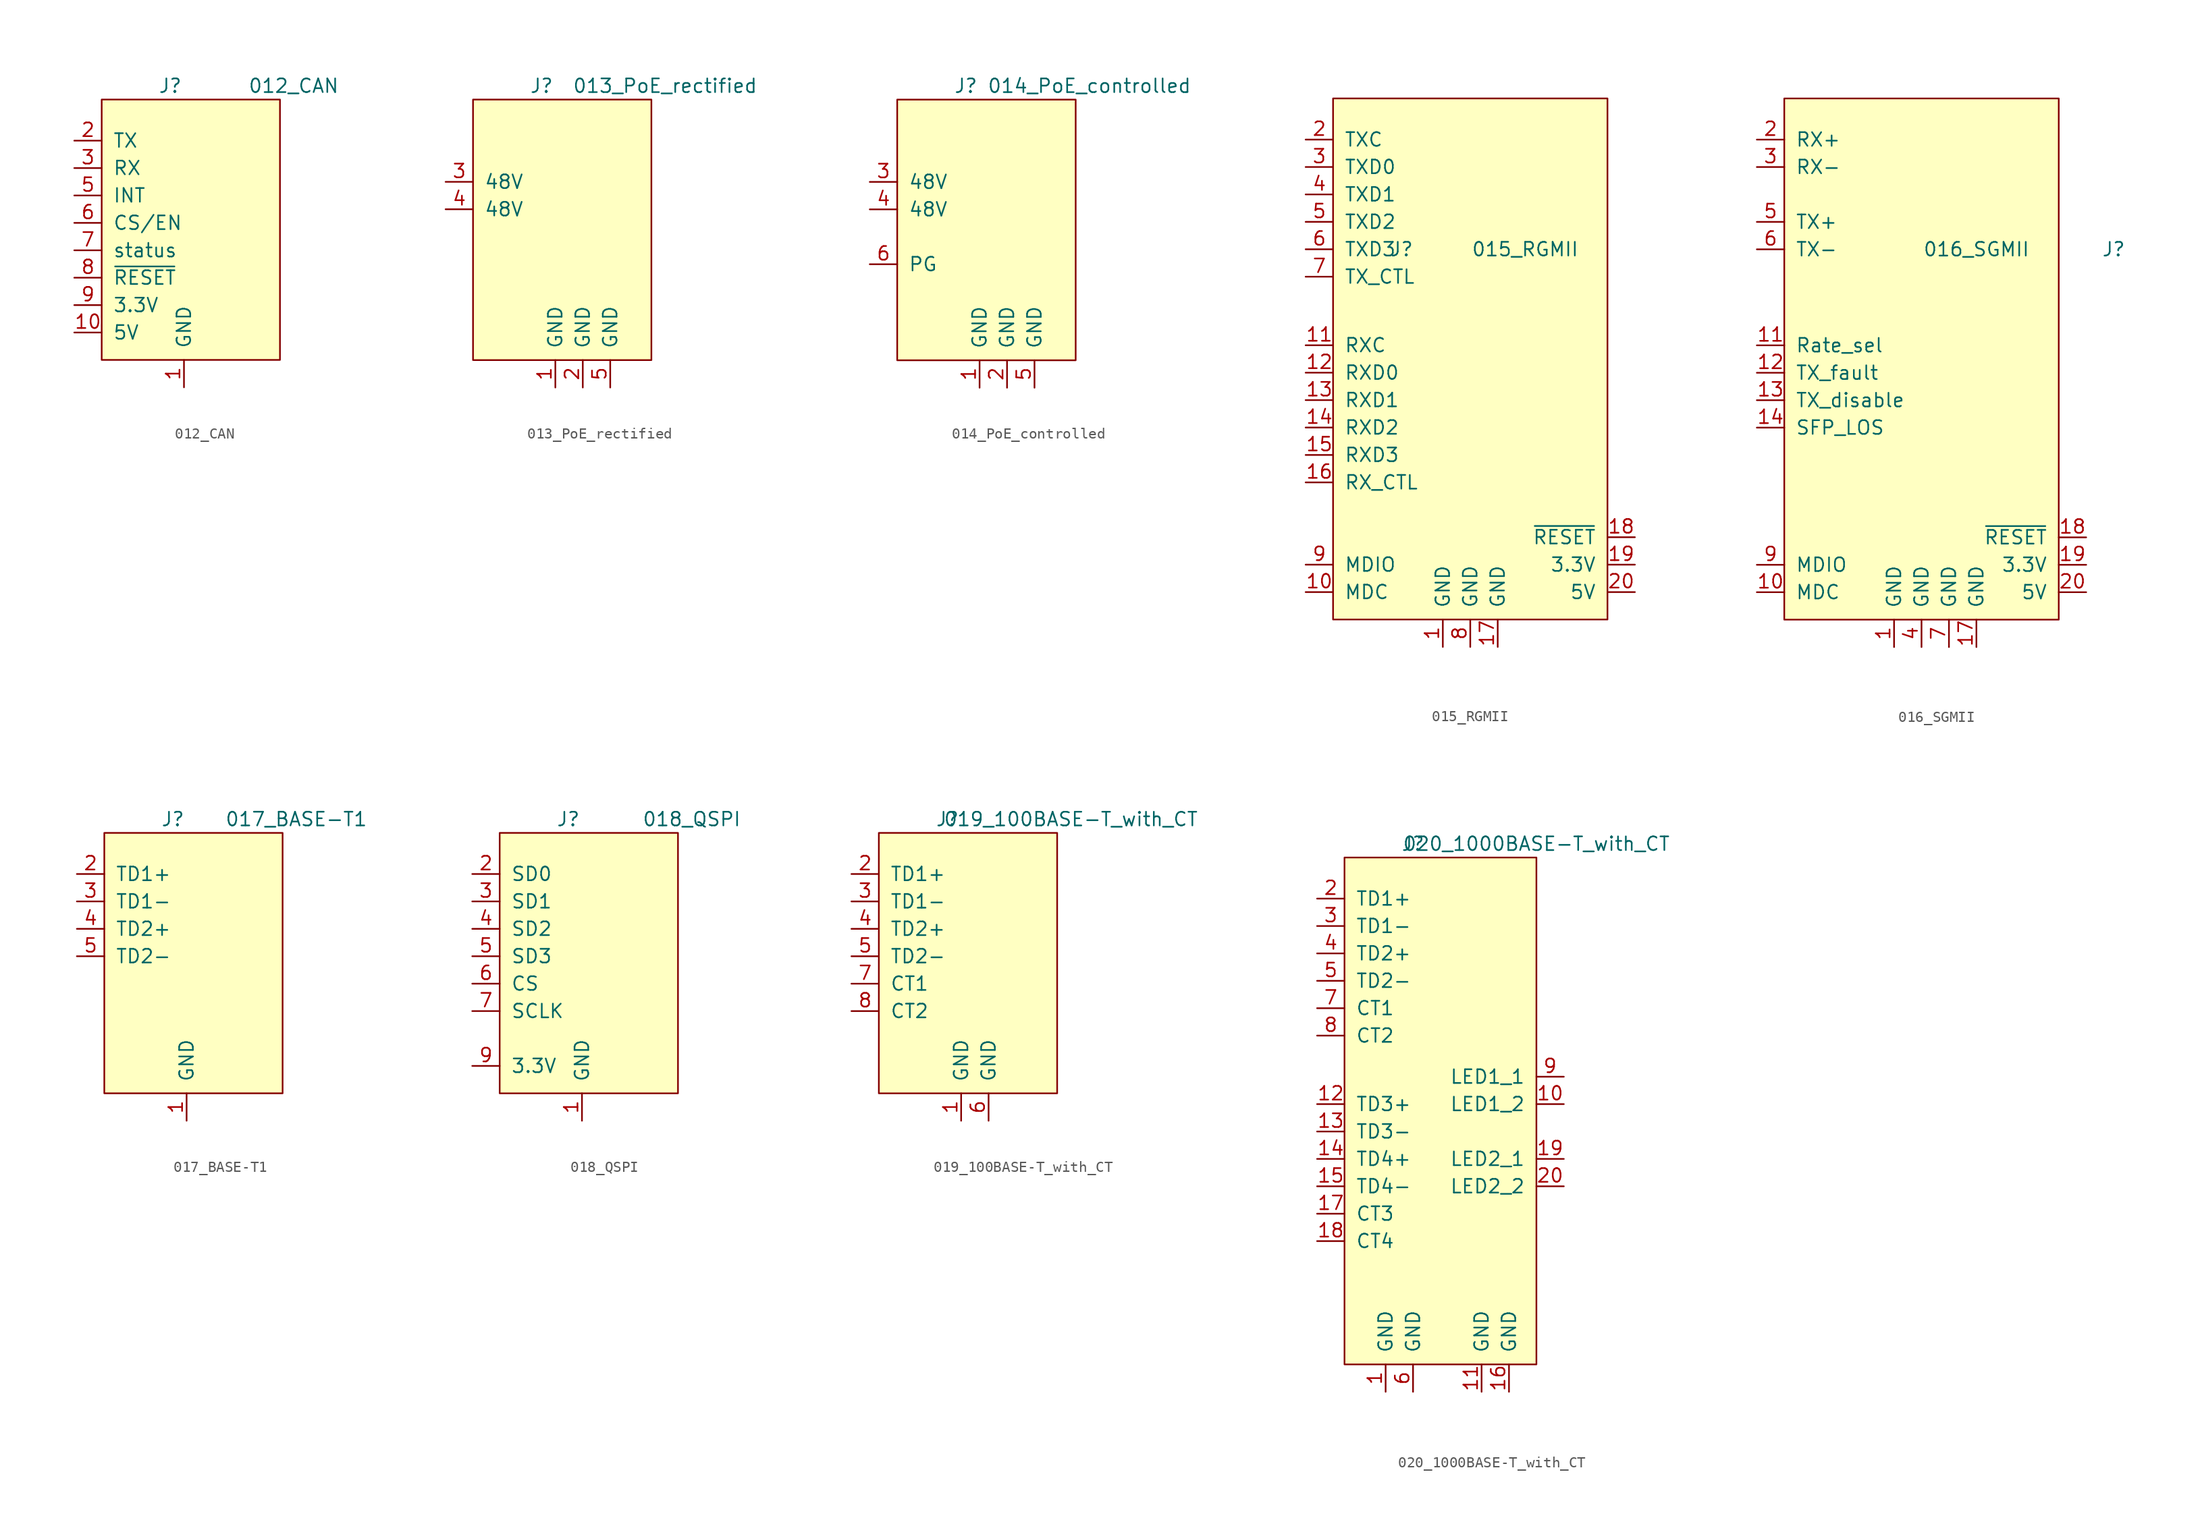
<source format=kicad_sym>
(kicad_symbol_lib
  (version 20211014)
  (generator kicad_symbol_editor)
  (symbol "012_CAN"
    (pin_names
      (offset 1.016))
    (property "Reference" "J"
      (at -1.27 12.7 0)
      (effects (font (size 1.27 1.27))))
    (property "Value" "012_CAN"
      (at 10.16 12.7 0)
      (effects (font (size 1.27 1.27))))
    (symbol "012_CAN_0_1"
      (rectangle (start -7.62 11.43) (end 8.89 -12.7) (stroke (width 0) (type default) (color 0 0 0 0)) (fill (type background))))
    (symbol "012_CAN_1_1"
      (pin power_in line (at 0 -15.24 90) (length 2.54) (name "GND" (effects (font (size 1.27 1.27)))) (number "1" (effects (font (size 1.27 1.27)))))
      (pin power_in line (at -10.16 -10.16 0) (length 2.54) (name "5V" (effects (font (size 1.27 1.27)))) (number "10" (effects (font (size 1.27 1.27)))))
      (pin bidirectional line (at -10.16 7.62 0) (length 2.54) (name "TX" (effects (font (size 1.27 1.27)))) (number "2" (effects (font (size 1.27 1.27)))))
      (pin bidirectional line (at -10.16 5.08 0) (length 2.54) (name "RX" (effects (font (size 1.27 1.27)))) (number "3" (effects (font (size 1.27 1.27)))))
      (pin bidirectional line (at -10.16 2.54 0) (length 2.54) (name "INT" (effects (font (size 1.27 1.27)))) (number "5" (effects (font (size 1.27 1.27)))))
      (pin bidirectional line (at -10.16 0 0) (length 2.54) (name "CS/EN" (effects (font (size 1.27 1.27)))) (number "6" (effects (font (size 1.27 1.27)))))
      (pin bidirectional line (at -10.16 -2.54 0) (length 2.54) (name "status" (effects (font (size 1.27 1.27)))) (number "7" (effects (font (size 1.27 1.27)))))
      (pin bidirectional line (at -10.16 -5.08 0) (length 2.54) (name "~{RESET}" (effects (font (size 1.27 1.27)))) (number "8" (effects (font (size 1.27 1.27)))))
      (pin power_in line (at -10.16 -7.62 0) (length 2.54) (name "3.3V" (effects (font (size 1.27 1.27)))) (number "9" (effects (font (size 1.27 1.27)))))))
  (symbol "013_PoE_rectified"
    (pin_names
      (offset 1.016))
    (property "Reference" "J"
      (at -2.54 13.97 0)
      (effects (font (size 1.27 1.27))))
    (property "Value" "013_PoE_rectified"
      (at 8.89 13.97 0)
      (effects (font (size 1.27 1.27))))
    (symbol "013_PoE_rectified_0_1"
      (rectangle (start -8.89 12.7) (end 7.62 -11.43) (stroke (width 0) (type default) (color 0 0 0 0)) (fill (type background))))
    (symbol "013_PoE_rectified_1_1"
      (pin power_in line (at -1.27 -13.97 90) (length 2.54) (name "GND" (effects (font (size 1.27 1.27)))) (number "1" (effects (font (size 1.27 1.27)))))
      (pin power_in line (at 1.27 -13.97 90) (length 2.54) (name "GND" (effects (font (size 1.27 1.27)))) (number "2" (effects (font (size 1.27 1.27)))))
      (pin bidirectional line (at -11.43 5.08 0) (length 2.54) (name "48V" (effects (font (size 1.27 1.27)))) (number "3" (effects (font (size 1.27 1.27)))))
      (pin bidirectional line (at -11.43 2.54 0) (length 2.54) (name "48V" (effects (font (size 1.27 1.27)))) (number "4" (effects (font (size 1.27 1.27)))))
      (pin power_in line (at 3.81 -13.97 90) (length 2.54) (name "GND" (effects (font (size 1.27 1.27)))) (number "5" (effects (font (size 1.27 1.27)))))))
  (symbol "014_PoE_controlled"
    (pin_names
      (offset 1.016))
    (property "Reference" "J"
      (at -2.54 13.97 0)
      (effects (font (size 1.27 1.27))))
    (property "Value" "014_PoE_controlled"
      (at 8.89 13.97 0)
      (effects (font (size 1.27 1.27))))
    (symbol "014_PoE_controlled_0_1"
      (rectangle (start -8.89 12.7) (end 7.62 -11.43) (stroke (width 0) (type default) (color 0 0 0 0)) (fill (type background))))
    (symbol "014_PoE_controlled_1_1"
      (pin power_in line (at -1.27 -13.97 90) (length 2.54) (name "GND" (effects (font (size 1.27 1.27)))) (number "1" (effects (font (size 1.27 1.27)))))
      (pin power_in line (at 1.27 -13.97 90) (length 2.54) (name "GND" (effects (font (size 1.27 1.27)))) (number "2" (effects (font (size 1.27 1.27)))))
      (pin bidirectional line (at -11.43 5.08 0) (length 2.54) (name "48V" (effects (font (size 1.27 1.27)))) (number "3" (effects (font (size 1.27 1.27)))))
      (pin bidirectional line (at -11.43 2.54 0) (length 2.54) (name "48V" (effects (font (size 1.27 1.27)))) (number "4" (effects (font (size 1.27 1.27)))))
      (pin power_in line (at 3.81 -13.97 90) (length 2.54) (name "GND" (effects (font (size 1.27 1.27)))) (number "5" (effects (font (size 1.27 1.27)))))
      (pin power_in line (at -11.43 -2.54 0) (length 2.54) (name "PG" (effects (font (size 1.27 1.27)))) (number "6" (effects (font (size 1.27 1.27)))))))
  (symbol "015_RGMII"
    (pin_names
      (offset 1.016))
    (property "Reference" "J"
      (at -6.35 16.51 0)
      (effects (font (size 1.27 1.27))))
    (property "Value" "015_RGMII"
      (at 5.08 16.51 0)
      (effects (font (size 1.27 1.27))))
    (symbol "015_RGMII_0_1"
      (rectangle (start -12.7 30.48) (end 12.7 -17.78) (stroke (width 0) (type default) (color 0 0 0 0)) (fill (type background))))
    (symbol "015_RGMII_1_1"
      (pin power_in line (at -2.54 -20.32 90) (length 2.54) (name "GND" (effects (font (size 1.27 1.27)))) (number "1" (effects (font (size 1.27 1.27)))))
      (pin bidirectional line (at -15.24 -15.24 0) (length 2.54) (name "MDC" (effects (font (size 1.27 1.27)))) (number "10" (effects (font (size 1.27 1.27)))))
      (pin bidirectional line (at -15.24 7.62 0) (length 2.54) (name "RXC" (effects (font (size 1.27 1.27)))) (number "11" (effects (font (size 1.27 1.27)))))
      (pin bidirectional line (at -15.24 5.08 0) (length 2.54) (name "RXD0" (effects (font (size 1.27 1.27)))) (number "12" (effects (font (size 1.27 1.27)))))
      (pin bidirectional line (at -15.24 2.54 0) (length 2.54) (name "RXD1" (effects (font (size 1.27 1.27)))) (number "13" (effects (font (size 1.27 1.27)))))
      (pin bidirectional line (at -15.24 0 0) (length 2.54) (name "RXD2" (effects (font (size 1.27 1.27)))) (number "14" (effects (font (size 1.27 1.27)))))
      (pin bidirectional line (at -15.24 -2.54 0) (length 2.54) (name "RXD3" (effects (font (size 1.27 1.27)))) (number "15" (effects (font (size 1.27 1.27)))))
      (pin bidirectional line (at -15.24 -5.08 0) (length 2.54) (name "RX_CTL" (effects (font (size 1.27 1.27)))) (number "16" (effects (font (size 1.27 1.27)))))
      (pin power_in line (at 2.54 -20.32 90) (length 2.54) (name "GND" (effects (font (size 1.27 1.27)))) (number "17" (effects (font (size 1.27 1.27)))))
      (pin bidirectional line (at 15.24 -10.16 180) (length 2.54) (name "~{RESET}" (effects (font (size 1.27 1.27)))) (number "18" (effects (font (size 1.27 1.27)))))
      (pin bidirectional line (at 15.24 -12.7 180) (length 2.54) (name "3.3V" (effects (font (size 1.27 1.27)))) (number "19" (effects (font (size 1.27 1.27)))))
      (pin bidirectional line (at -15.24 26.67 0) (length 2.54) (name "TXC" (effects (font (size 1.27 1.27)))) (number "2" (effects (font (size 1.27 1.27)))))
      (pin bidirectional line (at 15.24 -15.24 180) (length 2.54) (name "5V" (effects (font (size 1.27 1.27)))) (number "20" (effects (font (size 1.27 1.27)))))
      (pin bidirectional line (at -15.24 24.13 0) (length 2.54) (name "TXD0" (effects (font (size 1.27 1.27)))) (number "3" (effects (font (size 1.27 1.27)))))
      (pin bidirectional line (at -15.24 21.59 0) (length 2.54) (name "TXD1" (effects (font (size 1.27 1.27)))) (number "4" (effects (font (size 1.27 1.27)))))
      (pin bidirectional line (at -15.24 19.05 0) (length 2.54) (name "TXD2" (effects (font (size 1.27 1.27)))) (number "5" (effects (font (size 1.27 1.27)))))
      (pin bidirectional line (at -15.24 16.51 0) (length 2.54) (name "TXD3" (effects (font (size 1.27 1.27)))) (number "6" (effects (font (size 1.27 1.27)))))
      (pin bidirectional line (at -15.24 13.97 0) (length 2.54) (name "TX_CTL" (effects (font (size 1.27 1.27)))) (number "7" (effects (font (size 1.27 1.27)))))
      (pin power_in line (at 0 -20.32 90) (length 2.54) (name "GND" (effects (font (size 1.27 1.27)))) (number "8" (effects (font (size 1.27 1.27)))))
      (pin bidirectional line (at -15.24 -12.7 0) (length 2.54) (name "MDIO" (effects (font (size 1.27 1.27)))) (number "9" (effects (font (size 1.27 1.27)))))))
  (symbol "016_SGMII"
    (pin_names
      (offset 1.016))
    (property "Reference" "J"
      (at 17.78 16.51 0)
      (effects (font (size 1.27 1.27))))
    (property "Value" "016_SGMII"
      (at 5.08 16.51 0)
      (effects (font (size 1.27 1.27))))
    (symbol "016_SGMII_0_1"
      (rectangle (start -12.7 30.48) (end 12.7 -17.78) (stroke (width 0) (type default) (color 0 0 0 0)) (fill (type background))))
    (symbol "016_SGMII_1_1"
      (pin power_in line (at -2.54 -20.32 90) (length 2.54) (name "GND" (effects (font (size 1.27 1.27)))) (number "1" (effects (font (size 1.27 1.27)))))
      (pin bidirectional line (at -15.24 -15.24 0) (length 2.54) (name "MDC" (effects (font (size 1.27 1.27)))) (number "10" (effects (font (size 1.27 1.27)))))
      (pin bidirectional line (at -15.24 7.62 0) (length 2.54) (name "Rate_sel" (effects (font (size 1.27 1.27)))) (number "11" (effects (font (size 1.27 1.27)))))
      (pin bidirectional line (at -15.24 5.08 0) (length 2.54) (name "TX_fault" (effects (font (size 1.27 1.27)))) (number "12" (effects (font (size 1.27 1.27)))))
      (pin bidirectional line (at -15.24 2.54 0) (length 2.54) (name "TX_disable" (effects (font (size 1.27 1.27)))) (number "13" (effects (font (size 1.27 1.27)))))
      (pin bidirectional line (at -15.24 0 0) (length 2.54) (name "SFP_LOS" (effects (font (size 1.27 1.27)))) (number "14" (effects (font (size 1.27 1.27)))))
      (pin power_in line (at 5.08 -20.32 90) (length 2.54) (name "GND" (effects (font (size 1.27 1.27)))) (number "17" (effects (font (size 1.27 1.27)))))
      (pin bidirectional line (at 15.24 -10.16 180) (length 2.54) (name "~{RESET}" (effects (font (size 1.27 1.27)))) (number "18" (effects (font (size 1.27 1.27)))))
      (pin bidirectional line (at 15.24 -12.7 180) (length 2.54) (name "3.3V" (effects (font (size 1.27 1.27)))) (number "19" (effects (font (size 1.27 1.27)))))
      (pin bidirectional line (at -15.24 26.67 0) (length 2.54) (name "RX+" (effects (font (size 1.27 1.27)))) (number "2" (effects (font (size 1.27 1.27)))))
      (pin bidirectional line (at 15.24 -15.24 180) (length 2.54) (name "5V" (effects (font (size 1.27 1.27)))) (number "20" (effects (font (size 1.27 1.27)))))
      (pin bidirectional line (at -15.24 24.13 0) (length 2.54) (name "RX-" (effects (font (size 1.27 1.27)))) (number "3" (effects (font (size 1.27 1.27)))))
      (pin power_in line (at 0 -20.32 90) (length 2.54) (name "GND" (effects (font (size 1.27 1.27)))) (number "4" (effects (font (size 1.27 1.27)))))
      (pin bidirectional line (at -15.24 19.05 0) (length 2.54) (name "TX+" (effects (font (size 1.27 1.27)))) (number "5" (effects (font (size 1.27 1.27)))))
      (pin bidirectional line (at -15.24 16.51 0) (length 2.54) (name "TX-" (effects (font (size 1.27 1.27)))) (number "6" (effects (font (size 1.27 1.27)))))
      (pin power_in line (at 2.54 -20.32 90) (length 2.54) (name "GND" (effects (font (size 1.27 1.27)))) (number "7" (effects (font (size 1.27 1.27)))))
      (pin bidirectional line (at -15.24 -12.7 0) (length 2.54) (name "MDIO" (effects (font (size 1.27 1.27)))) (number "9" (effects (font (size 1.27 1.27)))))))
  (symbol "017_BASE-T1"
    (pin_names
      (offset 1.016))
    (property "Reference" "J"
      (at -2.54 13.97 0)
      (effects (font (size 1.27 1.27))))
    (property "Value" "017_BASE-T1"
      (at 8.89 13.97 0)
      (effects (font (size 1.27 1.27))))
    (symbol "017_BASE-T1_0_1"
      (rectangle (start -8.89 12.7) (end 7.62 -11.43) (stroke (width 0) (type default) (color 0 0 0 0)) (fill (type background))))
    (symbol "017_BASE-T1_1_1"
      (pin power_in line (at -1.27 -13.97 90) (length 2.54) (name "GND" (effects (font (size 1.27 1.27)))) (number "1" (effects (font (size 1.27 1.27)))))
      (pin bidirectional line (at -11.43 8.89 0) (length 2.54) (name "TD1+" (effects (font (size 1.27 1.27)))) (number "2" (effects (font (size 1.27 1.27)))))
      (pin bidirectional line (at -11.43 6.35 0) (length 2.54) (name "TD1-" (effects (font (size 1.27 1.27)))) (number "3" (effects (font (size 1.27 1.27)))))
      (pin bidirectional line (at -11.43 3.81 0) (length 2.54) (name "TD2+" (effects (font (size 1.27 1.27)))) (number "4" (effects (font (size 1.27 1.27)))))
      (pin bidirectional line (at -11.43 1.27 0) (length 2.54) (name "TD2-" (effects (font (size 1.27 1.27)))) (number "5" (effects (font (size 1.27 1.27)))))))
  (symbol "018_QSPI"
    (pin_names
      (offset 1.016))
    (property "Reference" "J"
      (at -2.54 13.97 0)
      (effects (font (size 1.27 1.27))))
    (property "Value" "018_QSPI"
      (at 8.89 13.97 0)
      (effects (font (size 1.27 1.27))))
    (symbol "018_QSPI_0_1"
      (rectangle (start -8.89 12.7) (end 7.62 -11.43) (stroke (width 0) (type default) (color 0 0 0 0)) (fill (type background))))
    (symbol "018_QSPI_1_1"
      (pin power_in line (at -1.27 -13.97 90) (length 2.54) (name "GND" (effects (font (size 1.27 1.27)))) (number "1" (effects (font (size 1.27 1.27)))))
      (pin bidirectional line (at -11.43 8.89 0) (length 2.54) (name "SD0" (effects (font (size 1.27 1.27)))) (number "2" (effects (font (size 1.27 1.27)))))
      (pin bidirectional line (at -11.43 6.35 0) (length 2.54) (name "SD1" (effects (font (size 1.27 1.27)))) (number "3" (effects (font (size 1.27 1.27)))))
      (pin bidirectional line (at -11.43 3.81 0) (length 2.54) (name "SD2" (effects (font (size 1.27 1.27)))) (number "4" (effects (font (size 1.27 1.27)))))
      (pin bidirectional line (at -11.43 1.27 0) (length 2.54) (name "SD3" (effects (font (size 1.27 1.27)))) (number "5" (effects (font (size 1.27 1.27)))))
      (pin bidirectional line (at -11.43 -1.27 0) (length 2.54) (name "CS" (effects (font (size 1.27 1.27)))) (number "6" (effects (font (size 1.27 1.27)))))
      (pin bidirectional line (at -11.43 -3.81 0) (length 2.54) (name "SCLK" (effects (font (size 1.27 1.27)))) (number "7" (effects (font (size 1.27 1.27)))))
      (pin bidirectional line (at -11.43 -8.89 0) (length 2.54) (name "3.3V" (effects (font (size 1.27 1.27)))) (number "9" (effects (font (size 1.27 1.27)))))))
  (symbol "019_100BASE-T_with_CT"
    (pin_names
      (offset 1.016))
    (property "Reference" "J"
      (at -2.54 13.97 0)
      (effects (font (size 1.27 1.27))))
    (property "Value" "019_100BASE-T_with_CT"
      (at 8.89 13.97 0)
      (effects (font (size 1.27 1.27))))
    (symbol "019_100BASE-T_with_CT_0_1"
      (rectangle (start -8.89 12.7) (end 7.62 -11.43) (stroke (width 0) (type default) (color 0 0 0 0)) (fill (type background))))
    (symbol "019_100BASE-T_with_CT_1_1"
      (pin power_in line (at -1.27 -13.97 90) (length 2.54) (name "GND" (effects (font (size 1.27 1.27)))) (number "1" (effects (font (size 1.27 1.27)))))
      (pin bidirectional line (at -11.43 8.89 0) (length 2.54) (name "TD1+" (effects (font (size 1.27 1.27)))) (number "2" (effects (font (size 1.27 1.27)))))
      (pin bidirectional line (at -11.43 6.35 0) (length 2.54) (name "TD1-" (effects (font (size 1.27 1.27)))) (number "3" (effects (font (size 1.27 1.27)))))
      (pin bidirectional line (at -11.43 3.81 0) (length 2.54) (name "TD2+" (effects (font (size 1.27 1.27)))) (number "4" (effects (font (size 1.27 1.27)))))
      (pin bidirectional line (at -11.43 1.27 0) (length 2.54) (name "TD2-" (effects (font (size 1.27 1.27)))) (number "5" (effects (font (size 1.27 1.27)))))
      (pin power_in line (at 1.27 -13.97 90) (length 2.54) (name "GND" (effects (font (size 1.27 1.27)))) (number "6" (effects (font (size 1.27 1.27)))))
      (pin bidirectional line (at -11.43 -1.27 0) (length 2.54) (name "CT1" (effects (font (size 1.27 1.27)))) (number "7" (effects (font (size 1.27 1.27)))))
      (pin bidirectional line (at -11.43 -3.81 0) (length 2.54) (name "CT2" (effects (font (size 1.27 1.27)))) (number "8" (effects (font (size 1.27 1.27)))))))
  (symbol "020_1000BASE-T_with_CT"
    (pin_names
      (offset 1.016))
    (property "Reference" "J"
      (at -2.54 13.97 0)
      (effects (font (size 1.27 1.27))))
    (property "Value" "020_1000BASE-T_with_CT"
      (at 8.89 13.97 0)
      (effects (font (size 1.27 1.27))))
    (symbol "020_1000BASE-T_with_CT_0_1"
      (rectangle (start -8.89 12.7) (end 8.89 -34.29) (stroke (width 0) (type default) (color 0 0 0 0)) (fill (type background))))
    (symbol "020_1000BASE-T_with_CT_1_1"
      (pin power_in line (at -5.08 -36.83 90) (length 2.54) (name "GND" (effects (font (size 1.27 1.27)))) (number "1" (effects (font (size 1.27 1.27)))))
      (pin bidirectional line (at 11.43 -10.16 180) (length 2.54) (name "LED1_2" (effects (font (size 1.27 1.27)))) (number "10" (effects (font (size 1.27 1.27)))))
      (pin power_in line (at 3.81 -36.83 90) (length 2.54) (name "GND" (effects (font (size 1.27 1.27)))) (number "11" (effects (font (size 1.27 1.27)))))
      (pin bidirectional line (at -11.43 -10.16 0) (length 2.54) (name "TD3+" (effects (font (size 1.27 1.27)))) (number "12" (effects (font (size 1.27 1.27)))))
      (pin bidirectional line (at -11.43 -12.7 0) (length 2.54) (name "TD3-" (effects (font (size 1.27 1.27)))) (number "13" (effects (font (size 1.27 1.27)))))
      (pin bidirectional line (at -11.43 -15.24 0) (length 2.54) (name "TD4+" (effects (font (size 1.27 1.27)))) (number "14" (effects (font (size 1.27 1.27)))))
      (pin bidirectional line (at -11.43 -17.78 0) (length 2.54) (name "TD4-" (effects (font (size 1.27 1.27)))) (number "15" (effects (font (size 1.27 1.27)))))
      (pin power_in line (at 6.35 -36.83 90) (length 2.54) (name "GND" (effects (font (size 1.27 1.27)))) (number "16" (effects (font (size 1.27 1.27)))))
      (pin bidirectional line (at -11.43 -20.32 0) (length 2.54) (name "CT3" (effects (font (size 1.27 1.27)))) (number "17" (effects (font (size 1.27 1.27)))))
      (pin bidirectional line (at -11.43 -22.86 0) (length 2.54) (name "CT4" (effects (font (size 1.27 1.27)))) (number "18" (effects (font (size 1.27 1.27)))))
      (pin bidirectional line (at 11.43 -15.24 180) (length 2.54) (name "LED2_1" (effects (font (size 1.27 1.27)))) (number "19" (effects (font (size 1.27 1.27)))))
      (pin bidirectional line (at -11.43 8.89 0) (length 2.54) (name "TD1+" (effects (font (size 1.27 1.27)))) (number "2" (effects (font (size 1.27 1.27)))))
      (pin bidirectional line (at 11.43 -17.78 180) (length 2.54) (name "LED2_2" (effects (font (size 1.27 1.27)))) (number "20" (effects (font (size 1.27 1.27)))))
      (pin bidirectional line (at -11.43 6.35 0) (length 2.54) (name "TD1-" (effects (font (size 1.27 1.27)))) (number "3" (effects (font (size 1.27 1.27)))))
      (pin bidirectional line (at -11.43 3.81 0) (length 2.54) (name "TD2+" (effects (font (size 1.27 1.27)))) (number "4" (effects (font (size 1.27 1.27)))))
      (pin bidirectional line (at -11.43 1.27 0) (length 2.54) (name "TD2-" (effects (font (size 1.27 1.27)))) (number "5" (effects (font (size 1.27 1.27)))))
      (pin power_in line (at -2.54 -36.83 90) (length 2.54) (name "GND" (effects (font (size 1.27 1.27)))) (number "6" (effects (font (size 1.27 1.27)))))
      (pin bidirectional line (at -11.43 -1.27 0) (length 2.54) (name "CT1" (effects (font (size 1.27 1.27)))) (number "7" (effects (font (size 1.27 1.27)))))
      (pin bidirectional line (at -11.43 -3.81 0) (length 2.54) (name "CT2" (effects (font (size 1.27 1.27)))) (number "8" (effects (font (size 1.27 1.27)))))
      (pin bidirectional line (at 11.43 -7.62 180) (length 2.54) (name "LED1_1" (effects (font (size 1.27 1.27)))) (number "9" (effects (font (size 1.27 1.27))))))))
</source>
